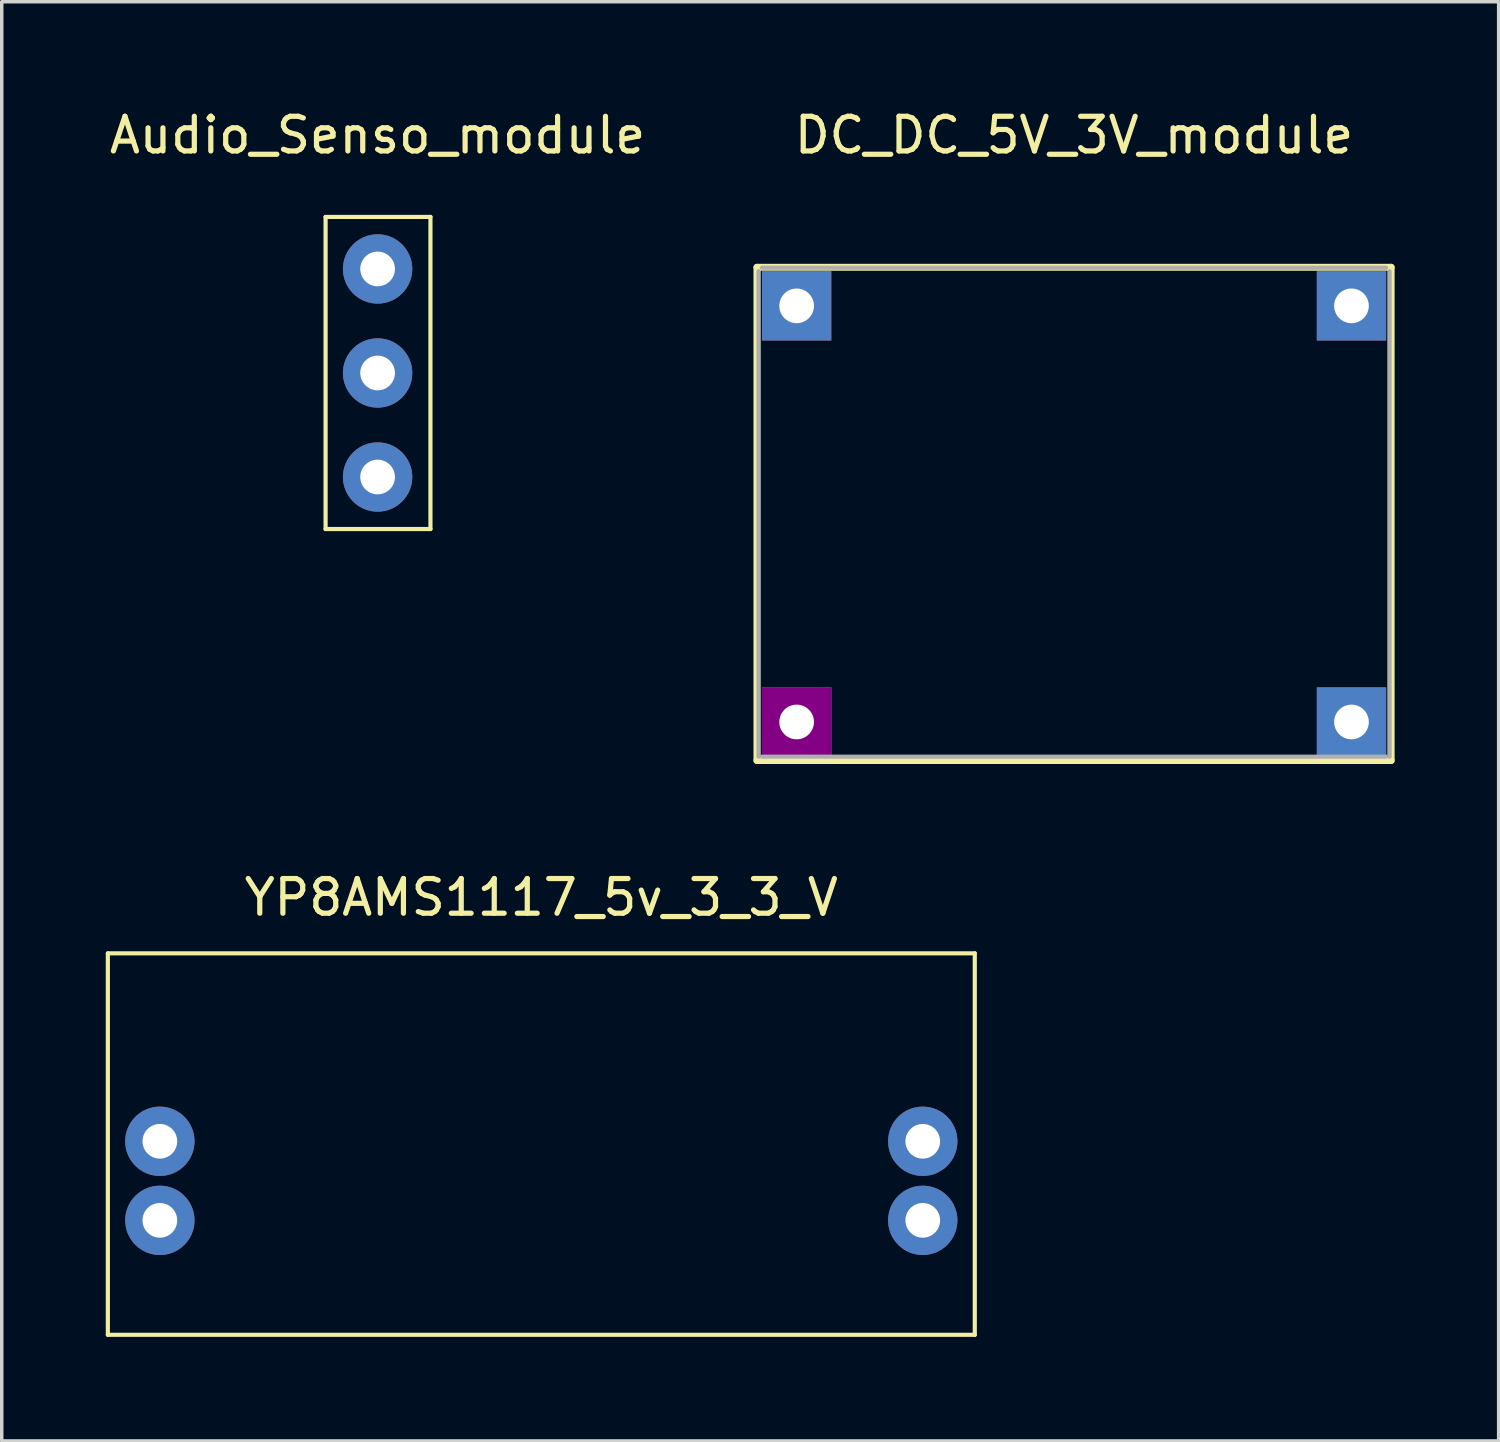
<source format=kicad_pcb>
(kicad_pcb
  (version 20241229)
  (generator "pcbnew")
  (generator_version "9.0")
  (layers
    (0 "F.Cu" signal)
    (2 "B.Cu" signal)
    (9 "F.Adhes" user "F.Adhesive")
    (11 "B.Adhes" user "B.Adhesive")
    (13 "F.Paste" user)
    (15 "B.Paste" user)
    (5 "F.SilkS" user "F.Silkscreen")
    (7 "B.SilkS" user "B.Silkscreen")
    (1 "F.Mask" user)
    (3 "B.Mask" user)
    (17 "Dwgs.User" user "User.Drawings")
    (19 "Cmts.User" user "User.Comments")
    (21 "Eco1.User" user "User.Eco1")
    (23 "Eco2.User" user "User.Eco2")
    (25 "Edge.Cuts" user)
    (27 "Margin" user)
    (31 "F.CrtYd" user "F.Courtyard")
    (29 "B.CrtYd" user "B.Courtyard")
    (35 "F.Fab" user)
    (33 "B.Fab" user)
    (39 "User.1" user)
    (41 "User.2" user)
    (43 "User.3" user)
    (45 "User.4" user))
  (footprint "YP8AMS1117_5v_3_3_V"
    (layer "F.Cu")
    (at 12.56 29.942)
    (property "Reference" "YP8AMS1117_5v_3_3_V" (at 0 -7.112 0) (layer "F.SilkS") (effects (font (size 1 1) (thickness 0.15))))
    (attr through_hole)
    (fp_line (start -12.5 -5.5) (end -12.5 5.5) (stroke (width 0.12) (type solid)) (layer "F.SilkS"))
    (fp_line (start -12.5 -5.5) (end 12.5 -5.5) (stroke (width 0.12) (type solid)) (layer "F.SilkS"))
    (fp_line (start -12.5 5.5) (end 12.5 5.5) (stroke (width 0.12) (type solid)) (layer "F.SilkS"))
    (fp_line (start 12.5 -5.5) (end 12.5 5.5) (stroke (width 0.12) (type solid)) (layer "F.SilkS"))
    (pad "1" thru_hole circle (at -11 -0.08) (size 2 2) (drill 1) (layers "*.Cu" "*.Mask"))
    (pad "2" thru_hole circle (at -11 2.2) (size 2 2) (drill 1) (layers "*.Cu" "*.Mask"))
    (pad "3" thru_hole circle (at 11 -0.08) (size 2 2) (drill 1) (layers "*.Cu" "*.Mask"))
    (pad "4" thru_hole circle (at 11 2.2) (size 2 2) (drill 1) (layers "*.Cu" "*.Mask")))
  (footprint "Audio_Senso_module"
    (layer "F.Cu")
    (at 7.839 7.706)
    (property "Reference" "Audio_Senso_module" (at 0 -6.858 0) (layer "F.SilkS") (effects (font (size 1 1) (thickness 0.15))))
    (attr through_hole)
    (fp_line (start -1.5 -4.5) (end -1.5 4.5) (stroke (width 0.12) (type solid)) (layer "F.SilkS"))
    (fp_line (start -1.5 -4.5) (end 1.524 -4.5) (stroke (width 0.12) (type solid)) (layer "F.SilkS"))
    (fp_line (start -1.5 4.5) (end 1.524 4.5) (stroke (width 0.12) (type solid)) (layer "F.SilkS"))
    (fp_line (start 1.524 -4.5) (end 1.524 4.5) (stroke (width 0.12) (type solid)) (layer "F.SilkS"))
    (pad "5V" thru_hole circle (at 0 3) (size 2 2) (drill 1) (layers "*.Cu" "*.Mask"))
    (pad "GND" thru_hole circle (at 0 -3) (size 2 2) (drill 1) (layers "*.Cu" "*.Mask"))
    (pad "OUT" thru_hole circle (at 0 0) (size 2 2) (drill 1) (layers "*.Cu" "*.Mask")))
  (footprint "DC_DC_5V_3V_module"
    (layer "F.Cu")
    (at 27.923 11.77)
    (property "Reference" "DC_DC_5V_3V_module" (at 0 -10.922 0) (layer "F.SilkS") (effects (font (size 1 1) (thickness 0.15))))
    (attr through_hole)
    (fp_line (start -9.144 7.112) (end -9.144 -7.112) (stroke (width 0.2) (type solid)) (layer "F.SilkS"))
    (fp_line (start 9.144 -7.112) (end -9.144 -7.112) (stroke (width 0.2) (type solid)) (layer "F.SilkS"))
    (fp_line (start 9.144 7.112) (end -9.144 7.112) (stroke (width 0.2) (type solid)) (layer "F.SilkS"))
    (fp_line (start 9.144 7.112) (end 9.144 -7.112) (stroke (width 0.2) (type solid)) (layer "F.SilkS"))
    (fp_line (start -9.1 7) (end -9.1 -7) (stroke (width 0.12) (type solid)) (layer "F.Fab"))
    (fp_line (start -9 -7.1) (end 9 -7.1) (stroke (width 0.12) (type solid)) (layer "F.Fab"))
    (fp_line (start -9 7) (end 9 7) (stroke (width 0.12) (type solid)) (layer "F.Fab"))
    (fp_line (start 9.1 7) (end 9.1 -7) (stroke (width 0.12) (type solid)) (layer "F.Fab"))
    (pad "1" thru_hole rect (at -8 6) (size 2 2) (drill 1) (layers "*.Cu" "*.Mask" "F.Adhes"))
    (pad "2" thru_hole rect (at 8 6) (size 2 2) (drill 1) (layers "*.Cu" "*.Mask"))
    (pad "3" thru_hole rect (at 8 -6) (size 2 2) (drill 1) (layers "*.Cu" "*.Mask"))
    (pad "4" thru_hole rect (at -8 -6) (size 2 2) (drill 1) (layers "*.Cu" "*.Mask")))
  (gr_rect
    (start -3 -3)
    (end 40.167 38.502)
    (stroke (width 0.1) (type default))
    (fill no)
    (layer "Edge.Cuts")))
</source>
